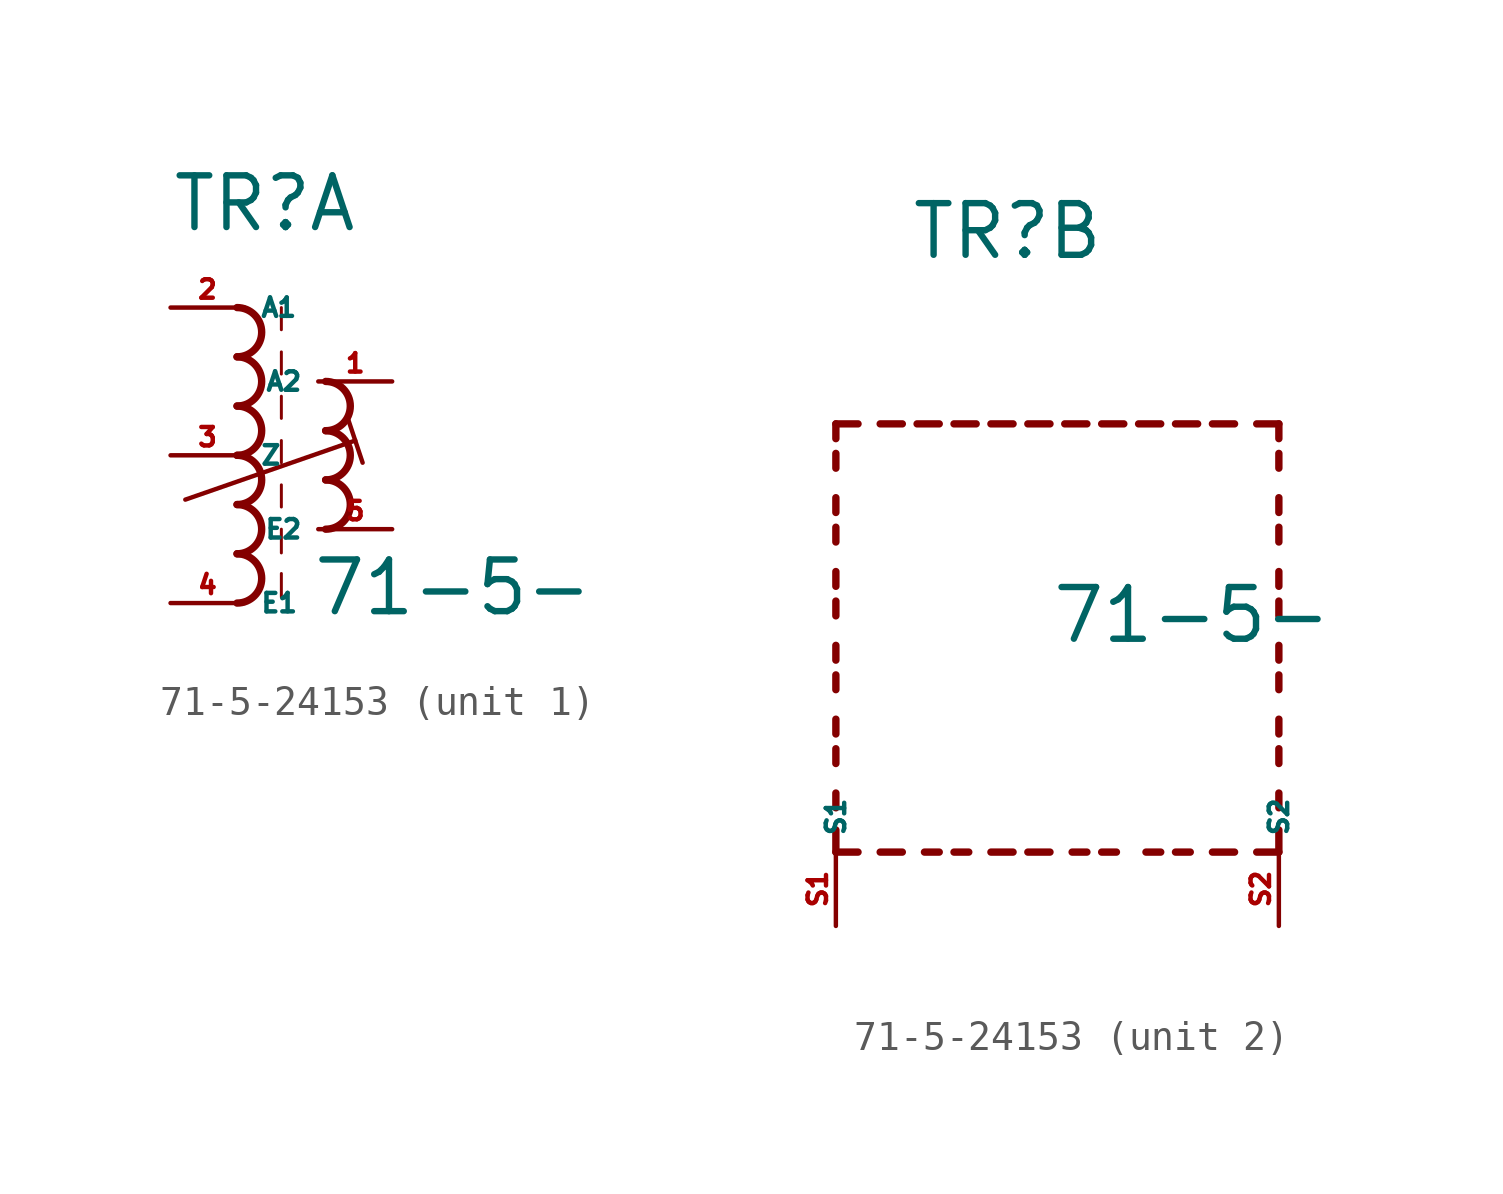
<source format=kicad_sym>
(kicad_symbol_lib
  (version 20220914)
  (generator kicad_symbol_editor)
  (symbol "71-5-24153"
    (property "Reference" "TR"
      (at -2.54 7.62 0)
      (effects (font (size 1.778 1.778) (thickness 0.22)) (justify left bottom)))
    (property "Value" "71-5-"
      (at 2.286 -5.588 0)
      (effects (font (size 1.778 1.778) (thickness 0.22)) (justify left bottom)))
    (symbol "71-5-24153_1_0"
      (arc (start -0.2534 -5.08) (mid 0.593 -4.2333) (end -0.2534 -3.3866) (stroke (width 0.254) (type default)) (fill (type none)))
      (arc (start -0.2534 -3.3866) (mid 0.593 -2.5399) (end -0.2534 -1.6932) (stroke (width 0.254) (type default)) (fill (type none)))
      (arc (start -0.2534 -1.6934) (mid 0.593 -0.8467) (end -0.2534 0) (stroke (width 0.254) (type default)) (fill (type none)))
      (arc (start -0.2534 0) (mid 0.593 0.8467) (end -0.2534 1.6934) (stroke (width 0.254) (type default)) (fill (type none)))
      (arc (start -0.2532 1.6934) (mid 0.593 2.54) (end -0.2532 3.3866) (stroke (width 0.254) (type default)) (fill (type none)))
      (arc (start -0.2534 3.3866) (mid 0.593 4.2333) (end -0.2534 5.08) (stroke (width 0.254) (type default)) (fill (type none)))
      (polyline (pts (xy -2.032 -1.524) (xy 3.81 0.508)) (stroke (width 0.152) (type default)) (fill (type none)))
      (polyline (pts (xy 1.27 -4.064) (xy 1.27 -4.88)) (stroke (width 0.102) (type default)) (fill (type none)))
      (polyline (pts (xy 1.27 -2.54) (xy 1.27 -3.356)) (stroke (width 0.102) (type default)) (fill (type none)))
      (polyline (pts (xy 1.27 -1.016) (xy 1.27 -1.778)) (stroke (width 0.102) (type default)) (fill (type none)))
      (polyline (pts (xy 1.27 0.508) (xy 1.27 -0.254)) (stroke (width 0.102) (type default)) (fill (type none)))
      (polyline (pts (xy 1.27 2.032) (xy 1.27 1.27)) (stroke (width 0.102) (type default)) (fill (type none)))
      (polyline (pts (xy 1.27 3.556) (xy 1.27 2.794)) (stroke (width 0.102) (type default)) (fill (type none)))
      (polyline (pts (xy 1.27 5.08) (xy 1.27 4.318)) (stroke (width 0.102) (type default)) (fill (type none)))
      (polyline (pts (xy 3.556 1.27) (xy 4.064 -0.254)) (stroke (width 0.152) (type default)) (fill (type none)))
      (arc (start 2.794 -2.54) (mid 3.6404 -1.6933) (end 2.794 -0.8466) (stroke (width 0.254) (type default)) (fill (type none)))
      (arc (start 2.794 -0.8466) (mid 3.6402 0) (end 2.794 0.8466) (stroke (width 0.254) (type default)) (fill (type none)))
      (arc (start 2.794 0.8466) (mid 3.6404 1.6933) (end 2.794 2.54) (stroke (width 0.254) (type default)) (fill (type none)))
      (pin passive line (at 5.08 2.54 180) (length 2.54) (name "A2" (effects (font (size 0.635 0.635)))) (number "1" (effects (font (size 0.635 0.635)))))
      (pin passive line (at -2.54 5.08 0) (length 2.54) (name "A1" (effects (font (size 0.635 0.635)))) (number "2" (effects (font (size 0.635 0.635)))))
      (pin passive line (at -2.54 0 0) (length 2.54) (name "Z" (effects (font (size 0.635 0.635)))) (number "3" (effects (font (size 0.635 0.635)))))
      (pin passive line (at -2.54 -5.08 0) (length 2.54) (name "E1" (effects (font (size 0.635 0.635)))) (number "4" (effects (font (size 0.635 0.635)))))
      (pin passive line (at 5.08 -2.54 180) (length 2.54) (name "E2" (effects (font (size 0.635 0.635)))) (number "5" (effects (font (size 0.635 0.635))))))
    (symbol "71-5-24153_2_0"
      (polyline (pts (xy -5.08 -12.7) (xy -5.08 -11.938)) (stroke (width 0.254) (type default)) (fill (type none)))
      (polyline (pts (xy -5.08 -12.7) (xy -4.318 -12.7)) (stroke (width 0.254) (type default)) (fill (type none)))
      (polyline (pts (xy -5.08 -11.176) (xy -5.08 -10.668)) (stroke (width 0.254) (type default)) (fill (type none)))
      (polyline (pts (xy -5.08 -9.652) (xy -5.08 -9.144)) (stroke (width 0.254) (type default)) (fill (type none)))
      (polyline (pts (xy -5.08 -8.636) (xy -5.08 -8.128)) (stroke (width 0.254) (type default)) (fill (type none)))
      (polyline (pts (xy -5.08 -7.112) (xy -5.08 -6.604)) (stroke (width 0.254) (type default)) (fill (type none)))
      (polyline (pts (xy -5.08 -6.096) (xy -5.08 -5.588)) (stroke (width 0.254) (type default)) (fill (type none)))
      (polyline (pts (xy -5.08 -4.572) (xy -5.08 -4.064)) (stroke (width 0.254) (type default)) (fill (type none)))
      (polyline (pts (xy -5.08 -3.556) (xy -5.08 -3.048)) (stroke (width 0.254) (type default)) (fill (type none)))
      (polyline (pts (xy -5.08 -2.032) (xy -5.08 -1.524)) (stroke (width 0.254) (type default)) (fill (type none)))
      (polyline (pts (xy -5.08 -1.016) (xy -5.08 -0.508)) (stroke (width 0.254) (type default)) (fill (type none)))
      (polyline (pts (xy -5.08 0.508) (xy -5.08 1.016)) (stroke (width 0.254) (type default)) (fill (type none)))
      (polyline (pts (xy -5.08 1.524) (xy -5.08 2.032)) (stroke (width 0.254) (type default)) (fill (type none)))
      (polyline (pts (xy -5.08 2.032) (xy -4.318 2.032)) (stroke (width 0.254) (type default)) (fill (type none)))
      (polyline (pts (xy -3.556 -12.7) (xy -2.794 -12.7)) (stroke (width 0.254) (type default)) (fill (type none)))
      (polyline (pts (xy -3.556 2.032) (xy -2.794 2.032)) (stroke (width 0.254) (type default)) (fill (type none)))
      (polyline (pts (xy -1.524 -12.7) (xy -2.032 -12.7)) (stroke (width 0.254) (type default)) (fill (type none)))
      (polyline (pts (xy -1.524 2.032) (xy -2.286 2.032)) (stroke (width 0.254) (type default)) (fill (type none)))
      (polyline (pts (xy -1.016 2.032) (xy -0.254 2.032)) (stroke (width 0.254) (type default)) (fill (type none)))
      (polyline (pts (xy -0.508 -12.7) (xy -1.016 -12.7)) (stroke (width 0.254) (type default)) (fill (type none)))
      (polyline (pts (xy 1.016 -12.7) (xy 0.254 -12.7)) (stroke (width 0.254) (type default)) (fill (type none)))
      (polyline (pts (xy 1.016 2.032) (xy 0.254 2.032)) (stroke (width 0.254) (type default)) (fill (type none)))
      (polyline (pts (xy 1.524 -12.7) (xy 2.286 -12.7)) (stroke (width 0.254) (type default)) (fill (type none)))
      (polyline (pts (xy 1.524 2.032) (xy 2.286 2.032)) (stroke (width 0.254) (type default)) (fill (type none)))
      (polyline (pts (xy 3.556 -12.7) (xy 3.048 -12.7)) (stroke (width 0.254) (type default)) (fill (type none)))
      (polyline (pts (xy 3.556 2.032) (xy 2.794 2.032)) (stroke (width 0.254) (type default)) (fill (type none)))
      (polyline (pts (xy 4.064 2.032) (xy 4.826 2.032)) (stroke (width 0.254) (type default)) (fill (type none)))
      (polyline (pts (xy 4.572 -12.7) (xy 4.064 -12.7)) (stroke (width 0.254) (type default)) (fill (type none)))
      (polyline (pts (xy 6.096 -12.7) (xy 5.588 -12.7)) (stroke (width 0.254) (type default)) (fill (type none)))
      (polyline (pts (xy 6.096 2.032) (xy 5.334 2.032)) (stroke (width 0.254) (type default)) (fill (type none)))
      (polyline (pts (xy 6.604 2.032) (xy 7.366 2.032)) (stroke (width 0.254) (type default)) (fill (type none)))
      (polyline (pts (xy 7.112 -12.7) (xy 6.604 -12.7)) (stroke (width 0.254) (type default)) (fill (type none)))
      (polyline (pts (xy 8.636 -12.7) (xy 7.874 -12.7)) (stroke (width 0.254) (type default)) (fill (type none)))
      (polyline (pts (xy 8.636 2.032) (xy 7.874 2.032)) (stroke (width 0.254) (type default)) (fill (type none)))
      (polyline (pts (xy 10.16 -12.7) (xy 9.398 -12.7)) (stroke (width 0.254) (type default)) (fill (type none)))
      (polyline (pts (xy 10.16 -12.7) (xy 10.16 -11.938)) (stroke (width 0.254) (type default)) (fill (type none)))
      (polyline (pts (xy 10.16 -11.176) (xy 10.16 -10.668)) (stroke (width 0.254) (type default)) (fill (type none)))
      (polyline (pts (xy 10.16 -9.652) (xy 10.16 -9.144)) (stroke (width 0.254) (type default)) (fill (type none)))
      (polyline (pts (xy 10.16 -8.636) (xy 10.16 -8.128)) (stroke (width 0.254) (type default)) (fill (type none)))
      (polyline (pts (xy 10.16 -7.112) (xy 10.16 -6.604)) (stroke (width 0.254) (type default)) (fill (type none)))
      (polyline (pts (xy 10.16 -6.096) (xy 10.16 -5.588)) (stroke (width 0.254) (type default)) (fill (type none)))
      (polyline (pts (xy 10.16 -4.572) (xy 10.16 -4.064)) (stroke (width 0.254) (type default)) (fill (type none)))
      (polyline (pts (xy 10.16 -3.556) (xy 10.16 -3.048)) (stroke (width 0.254) (type default)) (fill (type none)))
      (polyline (pts (xy 10.16 -2.032) (xy 10.16 -1.524)) (stroke (width 0.254) (type default)) (fill (type none)))
      (polyline (pts (xy 10.16 -1.016) (xy 10.16 -0.508)) (stroke (width 0.254) (type default)) (fill (type none)))
      (polyline (pts (xy 10.16 0.508) (xy 10.16 1.016)) (stroke (width 0.254) (type default)) (fill (type none)))
      (polyline (pts (xy 10.16 1.524) (xy 10.16 2.032)) (stroke (width 0.254) (type default)) (fill (type none)))
      (polyline (pts (xy 10.16 2.032) (xy 9.398 2.032)) (stroke (width 0.254) (type default)) (fill (type none)))
      (pin passive line (at -5.08 -15.24 90) (length 2.54) (name "S1" (effects (font (size 0.635 0.635)))) (number "S1" (effects (font (size 0.635 0.635)))))
      (pin passive line (at 10.16 -15.24 90) (length 2.54) (name "S2" (effects (font (size 0.635 0.635)))) (number "S2" (effects (font (size 0.635 0.635))))))))
</source>
